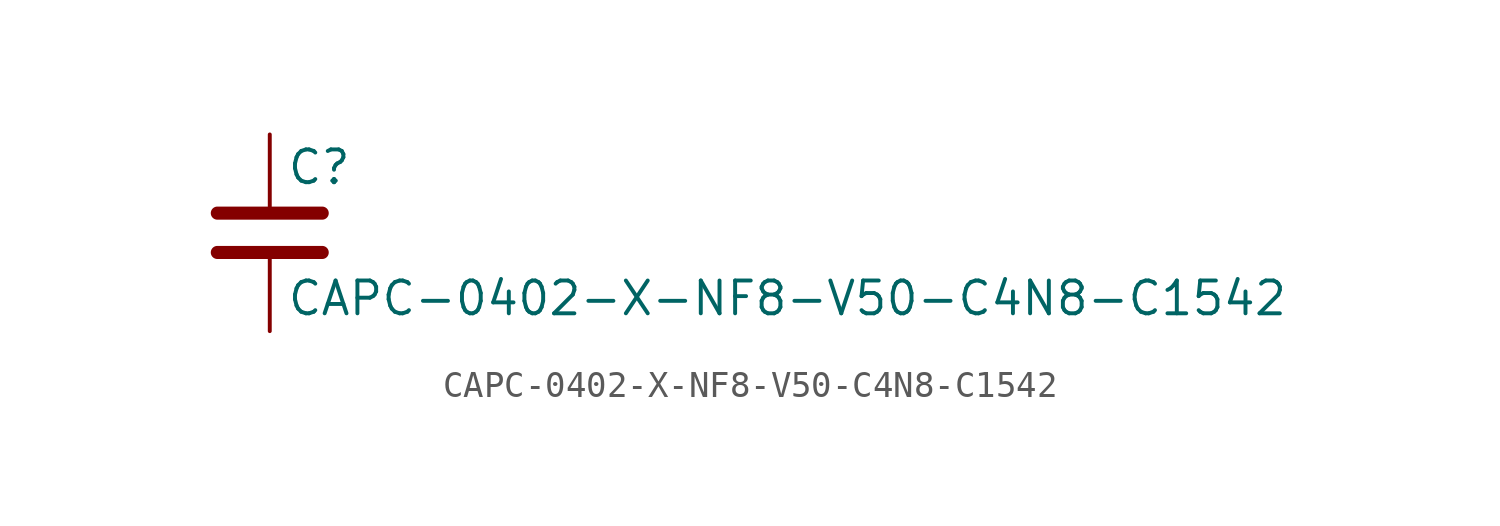
<source format=kicad_sym>
(kicad_symbol_lib
  (version 20211014)
  (generator kicad_symbol_editor)
  (symbol "CAPC-0402-X-NF8-V50-C4N8-C1542"
    (pin_numbers hide)
    (pin_names
      (offset 0.254))
    (property "Reference" "C"
      (at 0.635 2.54 0)
      (effects (font (size 1.27 1.27)) (justify left)))
    (property "Value" "CAPC-0402-X-NF8-V50-C4N8-C1542"
      (at 0.635 -2.54 0)
      (effects (font (size 1.27 1.27)) (justify left)))
    (symbol "CAPC-0402-X-NF8-V50-C4N8-C1542_0_1"
      (polyline (pts (xy -2.032 -0.762) (xy 2.032 -0.762)) (stroke (width 0.508) (type default) (color 0 0 0 0)) (fill (type none)))
      (polyline (pts (xy -2.032 0.762) (xy 2.032 0.762)) (stroke (width 0.508) (type default) (color 0 0 0 0)) (fill (type none))))
    (symbol "CAPC-0402-X-NF8-V50-C4N8-C1542_1_1"
      (pin passive line (at 0 3.81 270) (length 2.794) (name "~" (effects (font (size 1.27 1.27)))) (number "1" (effects (font (size 1.27 1.27)))))
      (pin passive line (at 0 -3.81 90) (length 2.794) (name "~" (effects (font (size 1.27 1.27)))) (number "2" (effects (font (size 1.27 1.27))))))))
</source>
